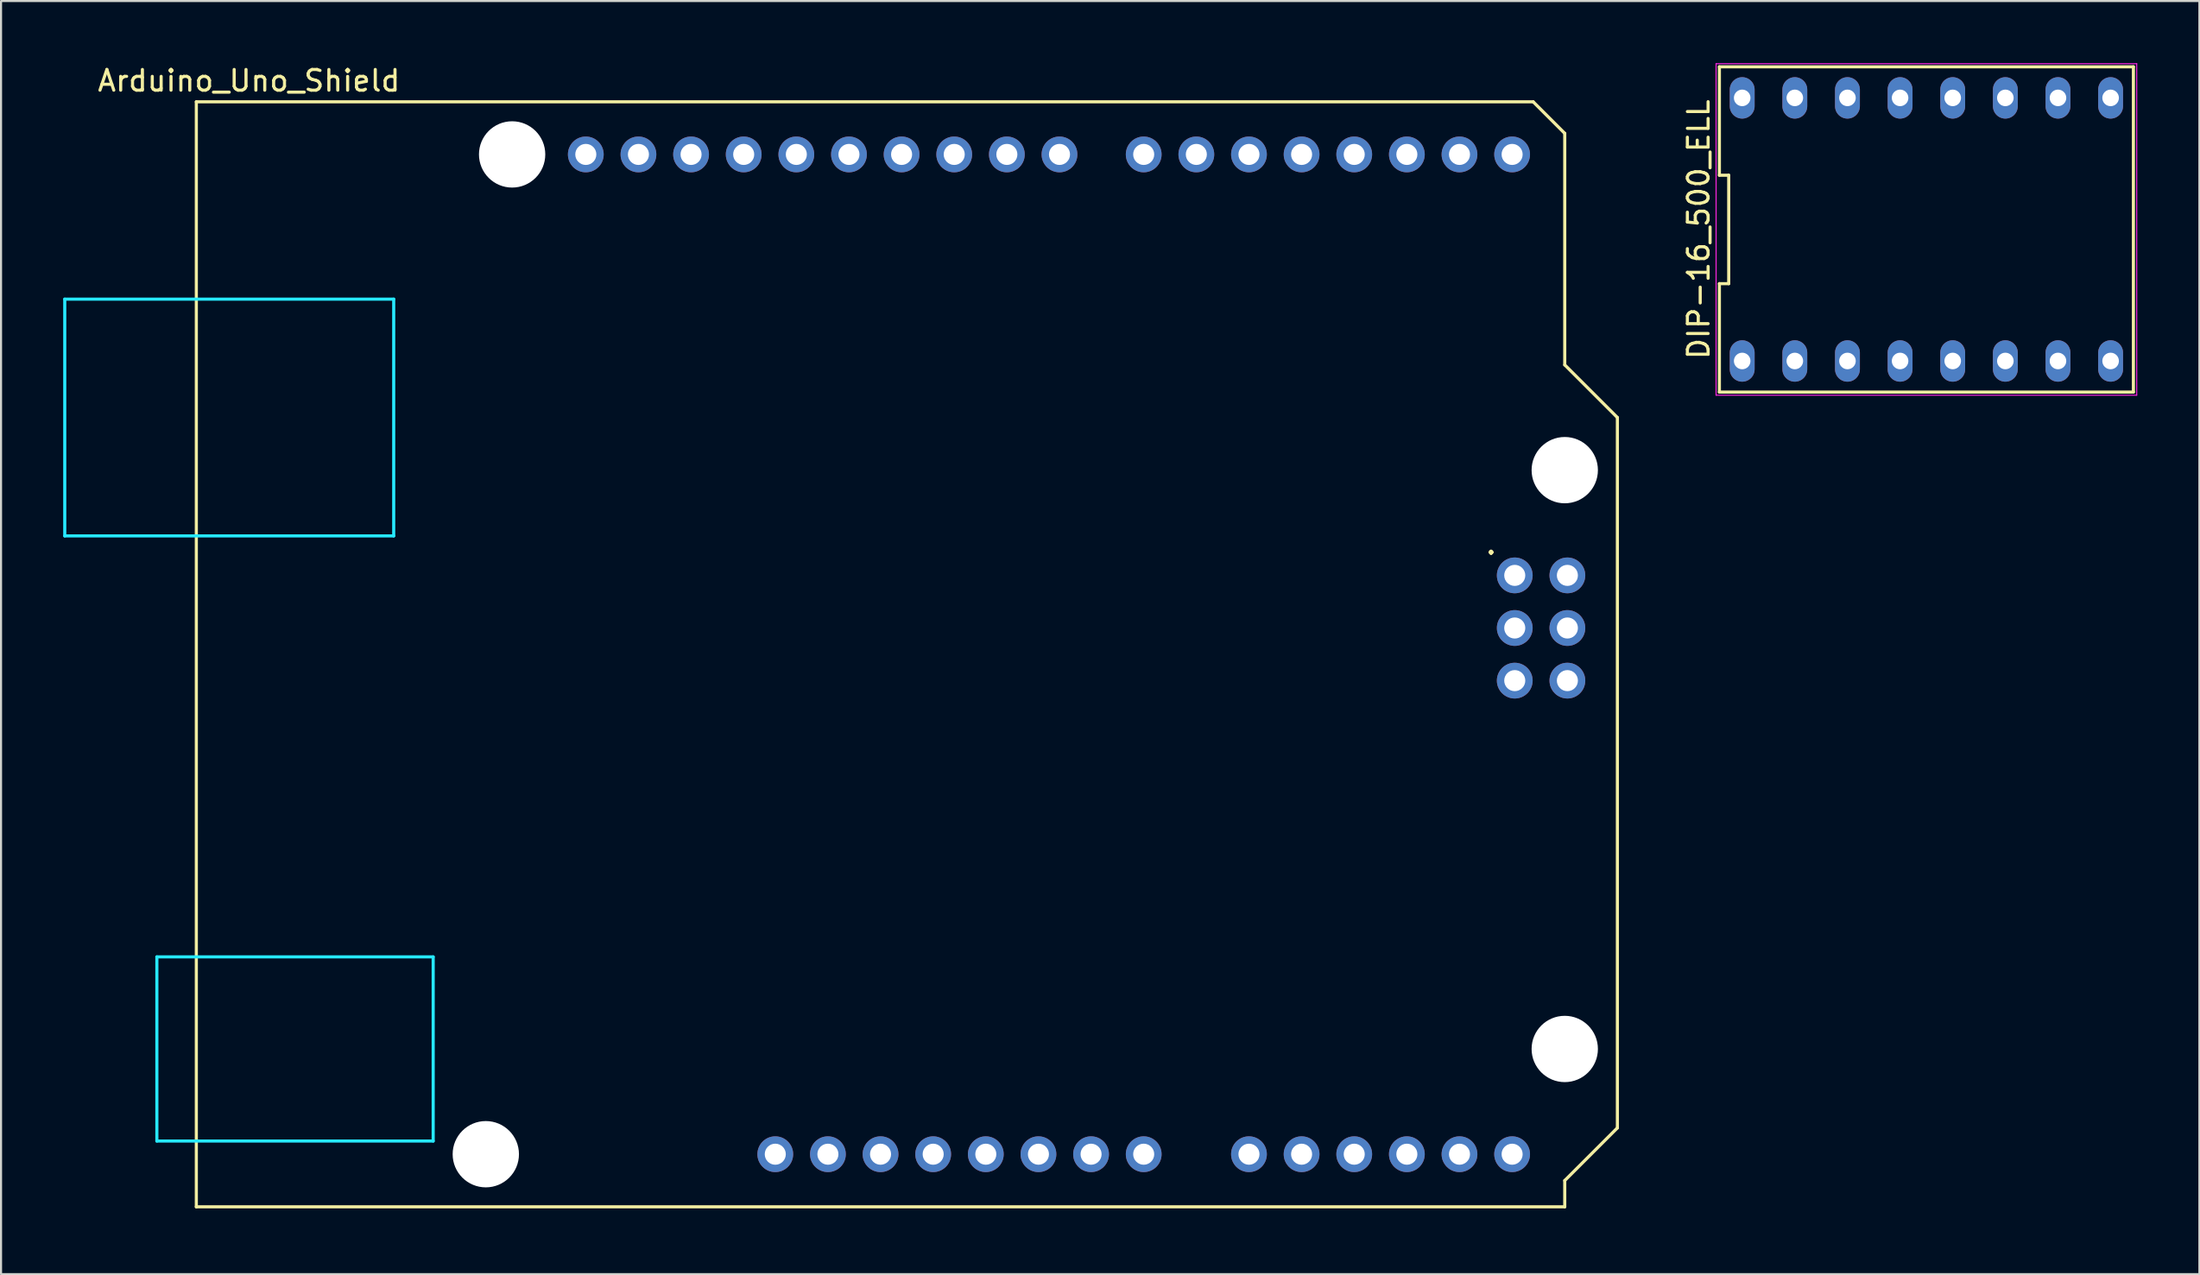
<source format=kicad_pcb>
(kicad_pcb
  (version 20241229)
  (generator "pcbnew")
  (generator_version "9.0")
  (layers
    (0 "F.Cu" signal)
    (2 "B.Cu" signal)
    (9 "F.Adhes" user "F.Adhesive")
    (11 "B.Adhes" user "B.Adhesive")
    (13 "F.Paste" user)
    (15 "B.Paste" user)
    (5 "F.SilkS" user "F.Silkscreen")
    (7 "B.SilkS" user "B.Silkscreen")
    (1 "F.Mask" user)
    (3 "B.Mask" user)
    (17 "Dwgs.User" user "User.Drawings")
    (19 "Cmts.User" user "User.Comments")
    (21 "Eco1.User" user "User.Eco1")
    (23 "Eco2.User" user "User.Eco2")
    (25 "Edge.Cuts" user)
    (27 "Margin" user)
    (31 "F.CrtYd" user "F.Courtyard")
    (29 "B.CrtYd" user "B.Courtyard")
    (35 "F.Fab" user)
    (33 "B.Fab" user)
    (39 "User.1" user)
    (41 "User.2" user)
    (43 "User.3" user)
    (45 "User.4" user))
  (footprint "DIP-16_500_ELL"
    (layer "F.Cu")
    (at 89.918 8.025)
    (property "Reference" "DIP-16_500_ELL" (at -10.99 0 90) (layer "F.SilkS") (effects (font (size 1 1) (thickness 0.15))))
    (attr through_hole)
    (fp_line (start -9.99 -7.85) (end -9.99 -2.617) (stroke (width 0.15) (type solid)) (layer "F.SilkS"))
    (fp_line (start -9.99 -2.617) (end -9.54 -2.617) (stroke (width 0.15) (type solid)) (layer "F.SilkS"))
    (fp_line (start -9.99 2.617) (end -9.99 7.85) (stroke (width 0.15) (type solid)) (layer "F.SilkS"))
    (fp_line (start -9.99 7.85) (end 9.99 7.85) (stroke (width 0.15) (type solid)) (layer "F.SilkS"))
    (fp_line (start -9.54 -2.617) (end -9.54 2.617) (stroke (width 0.15) (type solid)) (layer "F.SilkS"))
    (fp_line (start -9.54 2.617) (end -9.99 2.617) (stroke (width 0.15) (type solid)) (layer "F.SilkS"))
    (fp_line (start 9.99 -7.85) (end -9.99 -7.85) (stroke (width 0.15) (type solid)) (layer "F.SilkS"))
    (fp_line (start 9.99 7.85) (end 9.99 -7.85) (stroke (width 0.15) (type solid)) (layer "F.SilkS"))
    (fp_line (start -10.15 -8) (end 10.15 -8) (stroke (width 0.05) (type solid)) (layer "F.CrtYd"))
    (fp_line (start -10.15 8) (end -10.15 -8) (stroke (width 0.05) (type solid)) (layer "F.CrtYd"))
    (fp_line (start 10.15 -8) (end 10.15 8) (stroke (width 0.05) (type solid)) (layer "F.CrtYd"))
    (fp_line (start 10.15 8) (end -10.15 8) (stroke (width 0.05) (type solid)) (layer "F.CrtYd"))
    (pad "1" thru_hole oval (at -8.89 6.35) (size 1.2 2) (drill 0.8) (layers "*.Cu" "*.Mask"))
    (pad "2" thru_hole oval (at -6.35 6.35) (size 1.2 2) (drill 0.8) (layers "*.Cu" "*.Mask"))
    (pad "3" thru_hole oval (at -3.81 6.35) (size 1.2 2) (drill 0.8) (layers "*.Cu" "*.Mask"))
    (pad "4" thru_hole oval (at -1.27 6.35) (size 1.2 2) (drill 0.8) (layers "*.Cu" "*.Mask"))
    (pad "5" thru_hole oval (at 1.27 6.35) (size 1.2 2) (drill 0.8) (layers "*.Cu" "*.Mask"))
    (pad "6" thru_hole oval (at 3.81 6.35) (size 1.2 2) (drill 0.8) (layers "*.Cu" "*.Mask"))
    (pad "7" thru_hole oval (at 6.35 6.35) (size 1.2 2) (drill 0.8) (layers "*.Cu" "*.Mask"))
    (pad "8" thru_hole oval (at 8.89 6.35) (size 1.2 2) (drill 0.8) (layers "*.Cu" "*.Mask"))
    (pad "9" thru_hole oval (at 8.89 -6.35) (size 1.2 2) (drill 0.8) (layers "*.Cu" "*.Mask"))
    (pad "10" thru_hole oval (at 6.35 -6.35) (size 1.2 2) (drill 0.8) (layers "*.Cu" "*.Mask"))
    (pad "11" thru_hole oval (at 3.81 -6.35) (size 1.2 2) (drill 0.8) (layers "*.Cu" "*.Mask"))
    (pad "12" thru_hole oval (at 1.27 -6.35) (size 1.2 2) (drill 0.8) (layers "*.Cu" "*.Mask"))
    (pad "13" thru_hole oval (at -1.27 -6.35) (size 1.2 2) (drill 0.8) (layers "*.Cu" "*.Mask"))
    (pad "14" thru_hole oval (at -3.81 -6.35) (size 1.2 2) (drill 0.8) (layers "*.Cu" "*.Mask"))
    (pad "15" thru_hole oval (at -6.35 -6.35) (size 1.2 2) (drill 0.8) (layers "*.Cu" "*.Mask"))
    (pad "16" thru_hole oval (at -8.89 -6.35) (size 1.2 2) (drill 0.8) (layers "*.Cu" "*.Mask")))
  (footprint "Arduino_Uno_Shield"
    (layer "F.Cu")
    (at 6.425 55.204)
    (property "Reference" "Arduino_Uno_Shield" (at 2.54 -54.356 0) (layer "F.SilkS") (effects (font (size 1 1) (thickness 0.15))))
    (attr through_hole)
    (fp_line (start 0 -53.34) (end 0 0) (stroke (width 0.15) (type solid)) (layer "F.SilkS"))
    (fp_line (start 0 -53.34) (end 64.516 -53.34) (stroke (width 0.15) (type solid)) (layer "F.SilkS"))
    (fp_line (start 0 0) (end 66.04 0) (stroke (width 0.15) (type solid)) (layer "F.SilkS"))
    (fp_line (start 64.516 -53.34) (end 66.04 -51.816) (stroke (width 0.15) (type solid)) (layer "F.SilkS"))
    (fp_line (start 66.04 -40.64) (end 66.04 -51.816) (stroke (width 0.15) (type solid)) (layer "F.SilkS"))
    (fp_line (start 66.04 -1.27) (end 68.58 -3.81) (stroke (width 0.15) (type solid)) (layer "F.SilkS"))
    (fp_line (start 66.04 0) (end 66.04 -1.27) (stroke (width 0.15) (type solid)) (layer "F.SilkS"))
    (fp_line (start 68.58 -38.1) (end 66.04 -40.64) (stroke (width 0.15) (type solid)) (layer "F.SilkS"))
    (fp_line (start 68.58 -3.81) (end 68.58 -38.1) (stroke (width 0.15) (type solid)) (layer "F.SilkS"))
    (fp_line (start -6.35 -43.815) (end -6.35 -32.385) (stroke (width 0.15) (type solid)) (layer "B.CrtYd"))
    (fp_line (start -1.905 -12.065) (end -1.905 -3.175) (stroke (width 0.15) (type solid)) (layer "B.CrtYd"))
    (fp_line (start -1.905 -12.065) (end 11.43 -12.065) (stroke (width 0.15) (type solid)) (layer "B.CrtYd"))
    (fp_line (start -1.905 -3.175) (end 11.43 -3.175) (stroke (width 0.15) (type solid)) (layer "B.CrtYd"))
    (fp_line (start 9.525 -43.815) (end -6.35 -43.815) (stroke (width 0.15) (type solid)) (layer "B.CrtYd"))
    (fp_line (start 9.525 -43.815) (end 9.525 -32.385) (stroke (width 0.15) (type solid)) (layer "B.CrtYd"))
    (fp_line (start 9.525 -32.385) (end -6.35 -32.385) (stroke (width 0.15) (type solid)) (layer "B.CrtYd"))
    (fp_line (start 11.43 -12.065) (end 11.43 -3.175) (stroke (width 0.15) (type solid)) (layer "B.CrtYd"))
    (fp_text user "." (at 62.484 -32.004 0) (layer "F.SilkS") (effects (font (size 1 1) (thickness 0.15))))
    (pad "" np_thru_hole circle (at 13.97 -2.54) (size 3.2 3.2) (drill 3.2) (layers "*.Cu" "*.Mask"))
    (pad "" np_thru_hole circle (at 15.24 -50.8) (size 3.2 3.2) (drill 3.2) (layers "*.Cu" "*.Mask"))
    (pad "" np_thru_hole circle (at 66.04 -35.56) (size 3.2 3.2) (drill 3.2) (layers "*.Cu" "*.Mask"))
    (pad "" np_thru_hole circle (at 66.04 -7.62) (size 3.2 3.2) (drill 3.2) (layers "*.Cu" "*.Mask"))
    (pad "1" thru_hole oval (at 27.94 -2.54) (size 1.727 1.727) (drill 1.016) (layers "*.Cu" "*.Mask"))
    (pad "2" thru_hole oval (at 30.48 -2.54) (size 1.727 1.727) (drill 1.016) (layers "*.Cu" "*.Mask"))
    (pad "3" thru_hole oval (at 33.02 -2.54) (size 1.727 1.727) (drill 1.016) (layers "*.Cu" "*.Mask"))
    (pad "4" thru_hole oval (at 35.56 -2.54) (size 1.727 1.727) (drill 1.016) (layers "*.Cu" "*.Mask"))
    (pad "5" thru_hole oval (at 38.1 -2.54) (size 1.727 1.727) (drill 1.016) (layers "*.Cu" "*.Mask"))
    (pad "5V2" thru_hole oval (at 66.167 -30.48) (size 1.727 1.727) (drill 1.016) (layers "*.Cu" "*.Mask"))
    (pad "6" thru_hole oval (at 40.64 -2.54) (size 1.727 1.727) (drill 1.016) (layers "*.Cu" "*.Mask"))
    (pad "7" thru_hole oval (at 43.18 -2.54) (size 1.727 1.727) (drill 1.016) (layers "*.Cu" "*.Mask"))
    (pad "8" thru_hole oval (at 45.72 -2.54) (size 1.727 1.727) (drill 1.016) (layers "*.Cu" "*.Mask"))
    (pad "9" thru_hole oval (at 50.8 -2.54) (size 1.727 1.727) (drill 1.016) (layers "*.Cu" "*.Mask"))
    (pad "10" thru_hole oval (at 53.34 -2.54) (size 1.727 1.727) (drill 1.016) (layers "*.Cu" "*.Mask"))
    (pad "11" thru_hole oval (at 55.88 -2.54) (size 1.727 1.727) (drill 1.016) (layers "*.Cu" "*.Mask"))
    (pad "12" thru_hole oval (at 58.42 -2.54) (size 1.727 1.727) (drill 1.016) (layers "*.Cu" "*.Mask"))
    (pad "13" thru_hole oval (at 60.96 -2.54) (size 1.727 1.727) (drill 1.016) (layers "*.Cu" "*.Mask"))
    (pad "14" thru_hole oval (at 63.5 -2.54) (size 1.727 1.727) (drill 1.016) (layers "*.Cu" "*.Mask"))
    (pad "15" thru_hole oval (at 63.5 -50.8) (size 1.727 1.727) (drill 1.016) (layers "*.Cu" "*.Mask"))
    (pad "16" thru_hole oval (at 60.96 -50.8) (size 1.727 1.727) (drill 1.016) (layers "*.Cu" "*.Mask"))
    (pad "17" thru_hole oval (at 58.42 -50.8) (size 1.727 1.727) (drill 1.016) (layers "*.Cu" "*.Mask"))
    (pad "18" thru_hole oval (at 55.88 -50.8) (size 1.727 1.727) (drill 1.016) (layers "*.Cu" "*.Mask"))
    (pad "19" thru_hole oval (at 53.34 -50.8) (size 1.727 1.727) (drill 1.016) (layers "*.Cu" "*.Mask"))
    (pad "20" thru_hole oval (at 50.8 -50.8) (size 1.727 1.727) (drill 1.016) (layers "*.Cu" "*.Mask"))
    (pad "21" thru_hole oval (at 48.26 -50.8) (size 1.727 1.727) (drill 1.016) (layers "*.Cu" "*.Mask"))
    (pad "22" thru_hole oval (at 45.72 -50.8) (size 1.727 1.727) (drill 1.016) (layers "*.Cu" "*.Mask"))
    (pad "23" thru_hole oval (at 41.656 -50.8) (size 1.727 1.727) (drill 1.016) (layers "*.Cu" "*.Mask"))
    (pad "24" thru_hole oval (at 39.116 -50.8) (size 1.727 1.727) (drill 1.016) (layers "*.Cu" "*.Mask"))
    (pad "25" thru_hole oval (at 36.576 -50.8) (size 1.727 1.727) (drill 1.016) (layers "*.Cu" "*.Mask"))
    (pad "26" thru_hole oval (at 34.036 -50.8) (size 1.727 1.727) (drill 1.016) (layers "*.Cu" "*.Mask"))
    (pad "27" thru_hole oval (at 31.496 -50.8) (size 1.727 1.727) (drill 1.016) (layers "*.Cu" "*.Mask"))
    (pad "28" thru_hole oval (at 28.956 -50.8) (size 1.727 1.727) (drill 1.016) (layers "*.Cu" "*.Mask"))
    (pad "29" thru_hole oval (at 26.416 -50.8) (size 1.727 1.727) (drill 1.016) (layers "*.Cu" "*.Mask"))
    (pad "30" thru_hole oval (at 23.876 -50.8) (size 1.727 1.727) (drill 1.016) (layers "*.Cu" "*.Mask"))
    (pad "31" thru_hole oval (at 21.336 -50.8) (size 1.727 1.727) (drill 1.016) (layers "*.Cu" "*.Mask"))
    (pad "32" thru_hole oval (at 18.796 -50.8) (size 1.727 1.727) (drill 1.016) (layers "*.Cu" "*.Mask"))
    (pad "GND4" thru_hole oval (at 66.167 -25.4) (size 1.727 1.727) (drill 1.016) (layers "*.Cu" "*.Mask"))
    (pad "MISO" thru_hole oval (at 63.627 -30.48) (size 1.727 1.727) (drill 1.016) (layers "*.Cu" "*.Mask"))
    (pad "MOSI" thru_hole oval (at 66.167 -27.94) (size 1.727 1.727) (drill 1.016) (layers "*.Cu" "*.Mask"))
    (pad "RST2" thru_hole oval (at 63.627 -25.4) (size 1.727 1.727) (drill 1.016) (layers "*.Cu" "*.Mask"))
    (pad "SCK" thru_hole oval (at 63.627 -27.94) (size 1.727 1.727) (drill 1.016) (layers "*.Cu" "*.Mask")))
  (gr_rect
    (start -3 -3)
    (end 103.093 58.454)
    (stroke (width 0.1) (type default))
    (fill no)
    (layer "Edge.Cuts")))
</source>
